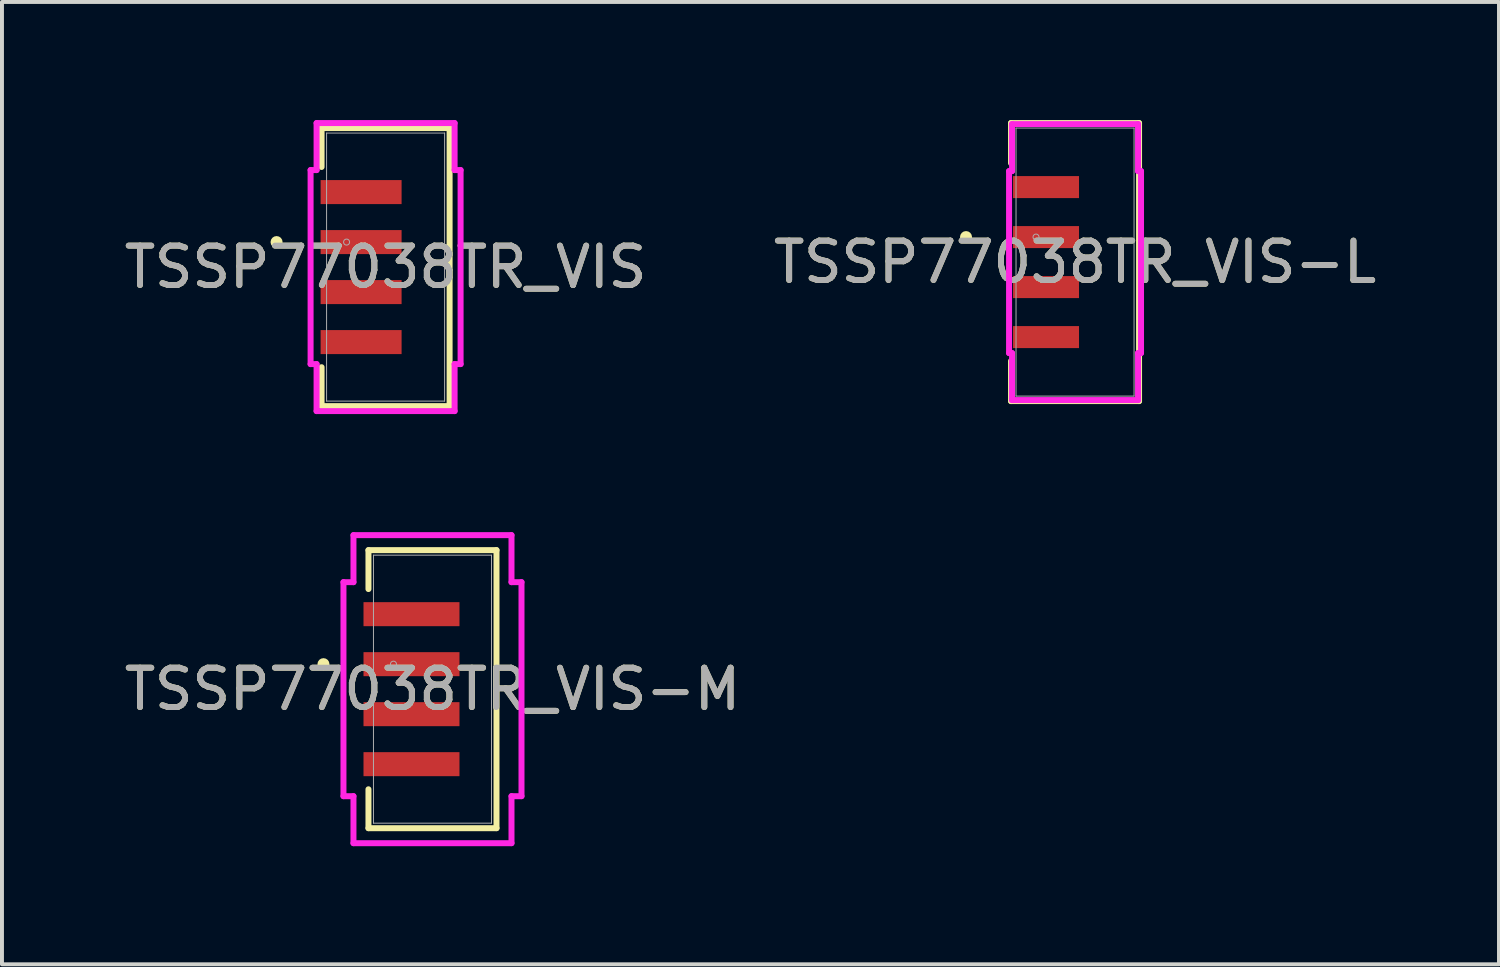
<source format=kicad_pcb>
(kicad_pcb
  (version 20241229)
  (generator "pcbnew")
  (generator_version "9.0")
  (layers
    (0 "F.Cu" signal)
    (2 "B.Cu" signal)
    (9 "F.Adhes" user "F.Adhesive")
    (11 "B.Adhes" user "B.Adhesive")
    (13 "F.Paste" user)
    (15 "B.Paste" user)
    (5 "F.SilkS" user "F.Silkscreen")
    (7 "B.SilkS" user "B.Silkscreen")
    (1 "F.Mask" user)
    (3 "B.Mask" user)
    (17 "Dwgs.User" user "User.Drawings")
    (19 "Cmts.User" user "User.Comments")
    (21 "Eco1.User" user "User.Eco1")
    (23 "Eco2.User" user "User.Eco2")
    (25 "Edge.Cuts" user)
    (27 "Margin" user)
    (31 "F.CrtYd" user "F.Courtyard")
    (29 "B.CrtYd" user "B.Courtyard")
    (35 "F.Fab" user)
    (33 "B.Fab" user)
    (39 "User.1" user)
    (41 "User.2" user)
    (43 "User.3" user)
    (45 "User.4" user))
  (footprint "TSSP77038TR_VIS-L"
    (layer "F.Cu")
    (at 24.256 3.607)
    (property "Reference" "TSSP77038TR_VIS-L" (at 0 0 0) (unlocked yes) (layer "F.SilkS") (effects (font (size 1 1) (thickness 0.15))))
    (attr smd)
    (fp_line (start -1.626 -3.531) (end -1.626 -2.513) (stroke (width 0.152) (type solid)) (layer "F.SilkS"))
    (fp_line (start -1.626 2.513) (end -1.626 3.531) (stroke (width 0.152) (type solid)) (layer "F.SilkS"))
    (fp_line (start -1.626 3.531) (end 1.626 3.531) (stroke (width 0.152) (type solid)) (layer "F.SilkS"))
    (fp_line (start 1.626 -3.531) (end -1.626 -3.531) (stroke (width 0.152) (type solid)) (layer "F.SilkS"))
    (fp_line (start 1.626 3.531) (end 1.626 -3.531) (stroke (width 0.152) (type solid)) (layer "F.SilkS"))
    (fp_circle (center -2.769 -0.635) (end -2.692 -0.635) (stroke (width 0.152) (type solid)) (fill no) (layer "F.SilkS"))
    (fp_line (start -1.676 -2.311) (end -1.6 -2.311) (stroke (width 0.152) (type solid)) (layer "F.CrtYd"))
    (fp_line (start -1.676 2.311) (end -1.676 -2.311) (stroke (width 0.152) (type solid)) (layer "F.CrtYd"))
    (fp_line (start -1.6 -3.505) (end 1.6 -3.505) (stroke (width 0.152) (type solid)) (layer "F.CrtYd"))
    (fp_line (start -1.6 -2.311) (end -1.6 -3.505) (stroke (width 0.152) (type solid)) (layer "F.CrtYd"))
    (fp_line (start -1.6 2.311) (end -1.676 2.311) (stroke (width 0.152) (type solid)) (layer "F.CrtYd"))
    (fp_line (start -1.6 3.505) (end -1.6 2.311) (stroke (width 0.152) (type solid)) (layer "F.CrtYd"))
    (fp_line (start 1.6 -3.505) (end 1.6 -2.311) (stroke (width 0.152) (type solid)) (layer "F.CrtYd"))
    (fp_line (start 1.6 -2.311) (end 1.676 -2.311) (stroke (width 0.152) (type solid)) (layer "F.CrtYd"))
    (fp_line (start 1.6 2.311) (end 1.6 3.505) (stroke (width 0.152) (type solid)) (layer "F.CrtYd"))
    (fp_line (start 1.6 3.505) (end -1.6 3.505) (stroke (width 0.152) (type solid)) (layer "F.CrtYd"))
    (fp_line (start 1.676 -2.311) (end 1.676 2.311) (stroke (width 0.152) (type solid)) (layer "F.CrtYd"))
    (fp_line (start 1.676 2.311) (end 1.6 2.311) (stroke (width 0.152) (type solid)) (layer "F.CrtYd"))
    (fp_line (start -1.499 -3.404) (end -1.499 3.404) (stroke (width 0.025) (type solid)) (layer "F.Fab"))
    (fp_line (start -1.499 3.404) (end 1.499 3.404) (stroke (width 0.025) (type solid)) (layer "F.Fab"))
    (fp_line (start 1.499 -3.404) (end -1.499 -3.404) (stroke (width 0.025) (type solid)) (layer "F.Fab"))
    (fp_line (start 1.499 3.404) (end 1.499 -3.404) (stroke (width 0.025) (type solid)) (layer "F.Fab"))
    (fp_circle (center -0.991 -0.635) (end -0.914 -0.635) (stroke (width 0.025) (type solid)) (fill no) (layer "F.Fab"))
    (fp_text user "${REFERENCE}" (at 0 0 0) (unlocked yes) (layer "F.Fab") (effects (font (size 1 1) (thickness 0.15))))
    (pad "1" smd rect (at -0.737 -1.905 90) (size 0.559 1.676) (layers "F.Cu" "F.Mask" "F.Paste"))
    (pad "2" smd rect (at -0.737 -0.635 90) (size 0.559 1.676) (layers "F.Cu" "F.Mask" "F.Paste"))
    (pad "3" smd rect (at -0.737 0.635 90) (size 0.559 1.676) (layers "F.Cu" "F.Mask" "F.Paste"))
    (pad "4" smd rect (at -0.737 1.905 90) (size 0.559 1.676) (layers "F.Cu" "F.Mask" "F.Paste")))
  (footprint "TSSP77038TR_VIS"
    (layer "F.Cu")
    (at 6.744 3.734)
    (property "Reference" "TSSP77038TR_VIS" (at 0 0 0) (unlocked yes) (layer "F.SilkS") (effects (font (size 1 1) (thickness 0.15))))
    (attr smd)
    (fp_line (start -1.626 -3.531) (end -1.626 -2.543) (stroke (width 0.152) (type solid)) (layer "F.SilkS"))
    (fp_line (start -1.626 2.543) (end -1.626 3.531) (stroke (width 0.152) (type solid)) (layer "F.SilkS"))
    (fp_line (start -1.626 3.531) (end 1.626 3.531) (stroke (width 0.152) (type solid)) (layer "F.SilkS"))
    (fp_line (start 1.626 -3.531) (end -1.626 -3.531) (stroke (width 0.152) (type solid)) (layer "F.SilkS"))
    (fp_line (start 1.626 3.531) (end 1.626 -3.531) (stroke (width 0.152) (type solid)) (layer "F.SilkS"))
    (fp_circle (center -2.769 -0.635) (end -2.692 -0.635) (stroke (width 0.152) (type solid)) (fill no) (layer "F.SilkS"))
    (fp_line (start -1.905 -2.464) (end -1.753 -2.464) (stroke (width 0.152) (type solid)) (layer "F.CrtYd"))
    (fp_line (start -1.905 2.464) (end -1.905 -2.464) (stroke (width 0.152) (type solid)) (layer "F.CrtYd"))
    (fp_line (start -1.753 -3.658) (end 1.753 -3.658) (stroke (width 0.152) (type solid)) (layer "F.CrtYd"))
    (fp_line (start -1.753 -2.464) (end -1.753 -3.658) (stroke (width 0.152) (type solid)) (layer "F.CrtYd"))
    (fp_line (start -1.753 2.464) (end -1.905 2.464) (stroke (width 0.152) (type solid)) (layer "F.CrtYd"))
    (fp_line (start -1.753 3.658) (end -1.753 2.464) (stroke (width 0.152) (type solid)) (layer "F.CrtYd"))
    (fp_line (start 1.753 -3.658) (end 1.753 -2.464) (stroke (width 0.152) (type solid)) (layer "F.CrtYd"))
    (fp_line (start 1.753 -2.464) (end 1.905 -2.464) (stroke (width 0.152) (type solid)) (layer "F.CrtYd"))
    (fp_line (start 1.753 2.464) (end 1.753 3.658) (stroke (width 0.152) (type solid)) (layer "F.CrtYd"))
    (fp_line (start 1.753 3.658) (end -1.753 3.658) (stroke (width 0.152) (type solid)) (layer "F.CrtYd"))
    (fp_line (start 1.905 -2.464) (end 1.905 2.464) (stroke (width 0.152) (type solid)) (layer "F.CrtYd"))
    (fp_line (start 1.905 2.464) (end 1.753 2.464) (stroke (width 0.152) (type solid)) (layer "F.CrtYd"))
    (fp_line (start -1.499 -3.404) (end -1.499 3.404) (stroke (width 0.025) (type solid)) (layer "F.Fab"))
    (fp_line (start -1.499 3.404) (end 1.499 3.404) (stroke (width 0.025) (type solid)) (layer "F.Fab"))
    (fp_line (start 1.499 -3.404) (end -1.499 -3.404) (stroke (width 0.025) (type solid)) (layer "F.Fab"))
    (fp_line (start 1.499 3.404) (end 1.499 -3.404) (stroke (width 0.025) (type solid)) (layer "F.Fab"))
    (fp_circle (center -0.991 -0.635) (end -0.914 -0.635) (stroke (width 0.025) (type solid)) (fill no) (layer "F.Fab"))
    (fp_text user "${REFERENCE}" (at 0 0 0) (unlocked yes) (layer "F.Fab") (effects (font (size 1 1) (thickness 0.15))))
    (pad "1" smd rect (at -0.622 -1.905 90) (size 0.61 2.057) (layers "F.Cu" "F.Mask" "F.Paste"))
    (pad "2" smd rect (at -0.622 -0.635 90) (size 0.61 2.057) (layers "F.Cu" "F.Mask" "F.Paste"))
    (pad "3" smd rect (at -0.622 0.635 90) (size 0.61 2.057) (layers "F.Cu" "F.Mask" "F.Paste"))
    (pad "4" smd rect (at -0.622 1.905 90) (size 0.61 2.057) (layers "F.Cu" "F.Mask" "F.Paste")))
  (footprint "TSSP77038TR_VIS-M"
    (layer "F.Cu")
    (at 7.935 14.455)
    (property "Reference" "TSSP77038TR_VIS-M" (at 0 0 0) (unlocked yes) (layer "F.SilkS") (effects (font (size 1 1) (thickness 0.15))))
    (attr smd)
    (fp_line (start -1.626 -3.531) (end -1.626 -2.543) (stroke (width 0.152) (type solid)) (layer "F.SilkS"))
    (fp_line (start -1.626 2.543) (end -1.626 3.531) (stroke (width 0.152) (type solid)) (layer "F.SilkS"))
    (fp_line (start -1.626 3.531) (end 1.626 3.531) (stroke (width 0.152) (type solid)) (layer "F.SilkS"))
    (fp_line (start 1.626 -3.531) (end -1.626 -3.531) (stroke (width 0.152) (type solid)) (layer "F.SilkS"))
    (fp_line (start 1.626 3.531) (end 1.626 -3.531) (stroke (width 0.152) (type solid)) (layer "F.SilkS"))
    (fp_circle (center -2.769 -0.635) (end -2.692 -0.635) (stroke (width 0.152) (type solid)) (fill no) (layer "F.SilkS"))
    (fp_line (start -2.261 -2.718) (end -2.007 -2.718) (stroke (width 0.152) (type solid)) (layer "F.CrtYd"))
    (fp_line (start -2.261 2.718) (end -2.261 -2.718) (stroke (width 0.152) (type solid)) (layer "F.CrtYd"))
    (fp_line (start -2.007 -3.912) (end 2.007 -3.912) (stroke (width 0.152) (type solid)) (layer "F.CrtYd"))
    (fp_line (start -2.007 -2.718) (end -2.007 -3.912) (stroke (width 0.152) (type solid)) (layer "F.CrtYd"))
    (fp_line (start -2.007 2.718) (end -2.261 2.718) (stroke (width 0.152) (type solid)) (layer "F.CrtYd"))
    (fp_line (start -2.007 3.912) (end -2.007 2.718) (stroke (width 0.152) (type solid)) (layer "F.CrtYd"))
    (fp_line (start 2.007 -3.912) (end 2.007 -2.718) (stroke (width 0.152) (type solid)) (layer "F.CrtYd"))
    (fp_line (start 2.007 -2.718) (end 2.261 -2.718) (stroke (width 0.152) (type solid)) (layer "F.CrtYd"))
    (fp_line (start 2.007 2.718) (end 2.007 3.912) (stroke (width 0.152) (type solid)) (layer "F.CrtYd"))
    (fp_line (start 2.007 3.912) (end -2.007 3.912) (stroke (width 0.152) (type solid)) (layer "F.CrtYd"))
    (fp_line (start 2.261 -2.718) (end 2.261 2.718) (stroke (width 0.152) (type solid)) (layer "F.CrtYd"))
    (fp_line (start 2.261 2.718) (end 2.007 2.718) (stroke (width 0.152) (type solid)) (layer "F.CrtYd"))
    (fp_line (start -1.499 -3.404) (end -1.499 3.404) (stroke (width 0.025) (type solid)) (layer "F.Fab"))
    (fp_line (start -1.499 3.404) (end 1.499 3.404) (stroke (width 0.025) (type solid)) (layer "F.Fab"))
    (fp_line (start 1.499 -3.404) (end -1.499 -3.404) (stroke (width 0.025) (type solid)) (layer "F.Fab"))
    (fp_line (start 1.499 3.404) (end 1.499 -3.404) (stroke (width 0.025) (type solid)) (layer "F.Fab"))
    (fp_circle (center -0.991 -0.635) (end -0.914 -0.635) (stroke (width 0.025) (type solid)) (fill no) (layer "F.Fab"))
    (fp_text user "${REFERENCE}" (at 0 0 0) (unlocked yes) (layer "F.Fab") (effects (font (size 1 1) (thickness 0.15))))
    (pad "1" smd rect (at -0.533 -1.905 90) (size 0.61 2.438) (layers "F.Cu" "F.Mask" "F.Paste"))
    (pad "2" smd rect (at -0.533 -0.635 90) (size 0.61 2.438) (layers "F.Cu" "F.Mask" "F.Paste"))
    (pad "3" smd rect (at -0.533 0.635 90) (size 0.61 2.438) (layers "F.Cu" "F.Mask" "F.Paste"))
    (pad "4" smd rect (at -0.533 1.905 90) (size 0.61 2.438) (layers "F.Cu" "F.Mask" "F.Paste")))
  (gr_rect
    (start -3 -3)
    (end 35.024 21.443)
    (stroke (width 0.1) (type default))
    (fill no)
    (layer "Edge.Cuts")))
</source>
